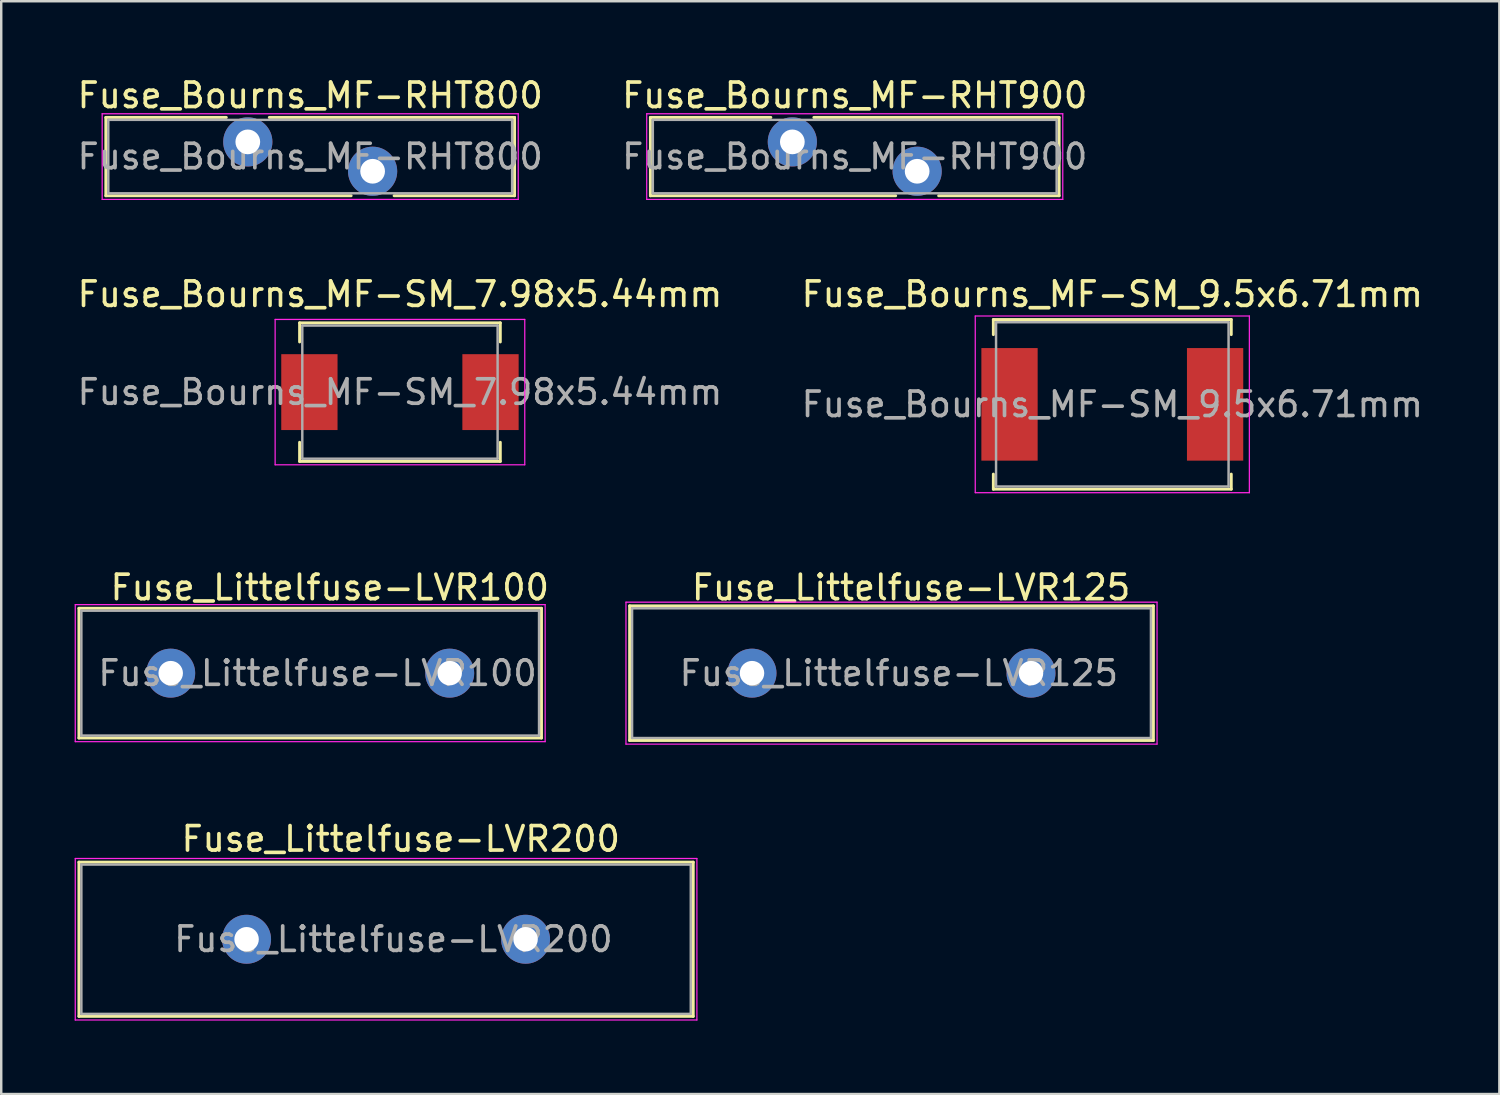
<source format=kicad_pcb>
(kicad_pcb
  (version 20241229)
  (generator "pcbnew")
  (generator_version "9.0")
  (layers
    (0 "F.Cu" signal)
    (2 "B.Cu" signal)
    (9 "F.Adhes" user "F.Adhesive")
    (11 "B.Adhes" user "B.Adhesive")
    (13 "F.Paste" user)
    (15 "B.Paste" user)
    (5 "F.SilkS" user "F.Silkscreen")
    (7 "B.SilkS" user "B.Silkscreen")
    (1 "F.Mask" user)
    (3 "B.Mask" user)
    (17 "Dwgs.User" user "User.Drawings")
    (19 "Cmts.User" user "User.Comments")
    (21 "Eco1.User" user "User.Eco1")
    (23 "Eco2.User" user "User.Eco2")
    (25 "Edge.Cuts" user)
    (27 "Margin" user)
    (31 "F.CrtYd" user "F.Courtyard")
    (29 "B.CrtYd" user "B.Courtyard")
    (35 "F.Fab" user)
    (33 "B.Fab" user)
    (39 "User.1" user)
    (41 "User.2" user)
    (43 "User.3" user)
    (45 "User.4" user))
  (footprint "Fuse_Littelfuse-LVR200"
    (layer "F.Cu")
    (at 7.025 35.328)
    (property "Reference" "Fuse_Littelfuse-LVR200" (at 6.3 -4.1 0) (layer "F.SilkS") (effects (font (size 1 1) (thickness 0.15))))
    (attr through_hole)
    (fp_line (start -6.85 -3.15) (end -6.85 3.15) (stroke (width 0.12) (type solid)) (layer "F.SilkS"))
    (fp_line (start -6.85 -3.15) (end 18.25 -3.15) (stroke (width 0.12) (type solid)) (layer "F.SilkS"))
    (fp_line (start 18.25 3.15) (end -6.85 3.15) (stroke (width 0.12) (type solid)) (layer "F.SilkS"))
    (fp_line (start 18.25 3.15) (end 18.25 -3.15) (stroke (width 0.12) (type solid)) (layer "F.SilkS"))
    (fp_line (start -7 -3.3) (end -7 3.3) (stroke (width 0.05) (type solid)) (layer "F.CrtYd"))
    (fp_line (start -7 -3.3) (end 18.4 -3.3) (stroke (width 0.05) (type solid)) (layer "F.CrtYd"))
    (fp_line (start 18.4 3.3) (end -7 3.3) (stroke (width 0.05) (type solid)) (layer "F.CrtYd"))
    (fp_line (start 18.4 3.3) (end 18.4 -3.3) (stroke (width 0.05) (type solid)) (layer "F.CrtYd"))
    (fp_line (start -6.75 -3.05) (end -6.75 3.05) (stroke (width 0.1) (type solid)) (layer "F.Fab"))
    (fp_line (start -6.75 3.05) (end 18.15 3.05) (stroke (width 0.1) (type solid)) (layer "F.Fab"))
    (fp_line (start 18.15 -3.05) (end -6.75 -3.05) (stroke (width 0.1) (type solid)) (layer "F.Fab"))
    (fp_line (start 18.15 3.05) (end 18.15 -3.05) (stroke (width 0.1) (type solid)) (layer "F.Fab"))
    (fp_text user "${REFERENCE}" (at 6 0 0) (layer "F.Fab") (effects (font (size 1 1) (thickness 0.15))))
    (pad "1" thru_hole circle (at 0 0) (size 2 2) (drill 1) (layers "*.Cu" "*.Mask"))
    (pad "2" thru_hole circle (at 11.4 0) (size 2 2) (drill 1) (layers "*.Cu" "*.Mask")))
  (footprint "Fuse_Littelfuse-LVR100"
    (layer "F.Cu")
    (at 3.925 24.455)
    (property "Reference" "Fuse_Littelfuse-LVR100" (at 6.5 -3.5 0) (layer "F.SilkS") (effects (font (size 1 1) (thickness 0.15))))
    (attr through_hole)
    (fp_line (start -3.75 -2.65) (end -3.75 2.65) (stroke (width 0.12) (type solid)) (layer "F.SilkS"))
    (fp_line (start -3.75 -2.65) (end 15.15 -2.65) (stroke (width 0.12) (type solid)) (layer "F.SilkS"))
    (fp_line (start 15.15 2.65) (end -3.75 2.65) (stroke (width 0.12) (type solid)) (layer "F.SilkS"))
    (fp_line (start 15.15 2.65) (end 15.15 -2.65) (stroke (width 0.12) (type solid)) (layer "F.SilkS"))
    (fp_line (start -3.9 -2.8) (end -3.9 2.8) (stroke (width 0.05) (type solid)) (layer "F.CrtYd"))
    (fp_line (start -3.9 -2.8) (end 15.3 -2.8) (stroke (width 0.05) (type solid)) (layer "F.CrtYd"))
    (fp_line (start 15.3 2.8) (end -3.9 2.8) (stroke (width 0.05) (type solid)) (layer "F.CrtYd"))
    (fp_line (start 15.3 2.8) (end 15.3 -2.8) (stroke (width 0.05) (type solid)) (layer "F.CrtYd"))
    (fp_line (start -3.65 -2.55) (end -3.65 2.55) (stroke (width 0.1) (type solid)) (layer "F.Fab"))
    (fp_line (start -3.65 2.55) (end 15.05 2.55) (stroke (width 0.1) (type solid)) (layer "F.Fab"))
    (fp_line (start 15.05 -2.55) (end -3.65 -2.55) (stroke (width 0.1) (type solid)) (layer "F.Fab"))
    (fp_line (start 15.05 2.55) (end 15.05 -2.55) (stroke (width 0.1) (type solid)) (layer "F.Fab"))
    (fp_text user "${REFERENCE}" (at 6 0 0) (layer "F.Fab") (effects (font (size 1 1) (thickness 0.15))))
    (pad "1" thru_hole circle (at 0 0) (size 2 2) (drill 1) (layers "*.Cu" "*.Mask"))
    (pad "2" thru_hole circle (at 11.4 0) (size 2 2) (drill 1) (layers "*.Cu" "*.Mask")))
  (footprint "Fuse_Bourns_MF-RHT800"
    (layer "F.Cu")
    (at 7.075 2.748)
    (property "Reference" "Fuse_Bourns_MF-RHT800" (at 2.55 -1.9 0) (layer "F.SilkS") (effects (font (size 1 1) (thickness 0.15))))
    (attr through_hole)
    (fp_line (start -5.8 -1) (end -5.8 2.2) (stroke (width 0.12) (type solid)) (layer "F.SilkS"))
    (fp_line (start -5.8 -1) (end -0.879 -1) (stroke (width 0.12) (type solid)) (layer "F.SilkS"))
    (fp_line (start -5.8 2.2) (end 4.222 2.2) (stroke (width 0.12) (type solid)) (layer "F.SilkS"))
    (fp_line (start 0.879 -1) (end 10.9 -1) (stroke (width 0.12) (type solid)) (layer "F.SilkS"))
    (fp_line (start 5.979 2.2) (end 10.9 2.2) (stroke (width 0.12) (type solid)) (layer "F.SilkS"))
    (fp_line (start 10.9 -1) (end 10.9 2.2) (stroke (width 0.12) (type solid)) (layer "F.SilkS"))
    (fp_line (start -5.95 -1.15) (end -5.95 2.35) (stroke (width 0.05) (type solid)) (layer "F.CrtYd"))
    (fp_line (start -5.95 2.35) (end 11.05 2.35) (stroke (width 0.05) (type solid)) (layer "F.CrtYd"))
    (fp_line (start 11.05 -1.15) (end -5.95 -1.15) (stroke (width 0.05) (type solid)) (layer "F.CrtYd"))
    (fp_line (start 11.05 2.35) (end 11.05 -1.15) (stroke (width 0.05) (type solid)) (layer "F.CrtYd"))
    (fp_line (start -5.7 -0.9) (end -5.7 2.1) (stroke (width 0.1) (type solid)) (layer "F.Fab"))
    (fp_line (start -5.7 2.1) (end 10.8 2.1) (stroke (width 0.1) (type solid)) (layer "F.Fab"))
    (fp_line (start 10.8 -0.9) (end -5.7 -0.9) (stroke (width 0.1) (type solid)) (layer "F.Fab"))
    (fp_line (start 10.8 2.1) (end 10.8 -0.9) (stroke (width 0.1) (type solid)) (layer "F.Fab"))
    (fp_text user "${REFERENCE}" (at 2.55 0.6 0) (layer "F.Fab") (effects (font (size 1 1) (thickness 0.15))))
    (pad "1" thru_hole circle (at 0 0) (size 2.01 2.01) (drill 1.01) (layers "*.Cu" "*.Mask"))
    (pad "2" thru_hole circle (at 5.1 1.2) (size 2.01 2.01) (drill 1.01) (layers "*.Cu" "*.Mask")))
  (footprint "Fuse_Littelfuse-LVR125"
    (layer "F.Cu")
    (at 27.677 24.455)
    (property "Reference" "Fuse_Littelfuse-LVR125" (at 6.5 -3.5 0) (layer "F.SilkS") (effects (font (size 1 1) (thickness 0.15))))
    (attr through_hole)
    (fp_line (start -5 -2.75) (end -5 2.75) (stroke (width 0.12) (type solid)) (layer "F.SilkS"))
    (fp_line (start -5 -2.75) (end 16.4 -2.75) (stroke (width 0.12) (type solid)) (layer "F.SilkS"))
    (fp_line (start 16.4 2.75) (end -5 2.75) (stroke (width 0.12) (type solid)) (layer "F.SilkS"))
    (fp_line (start 16.4 2.75) (end 16.4 -2.75) (stroke (width 0.12) (type solid)) (layer "F.SilkS"))
    (fp_line (start -5.15 -2.9) (end -5.15 2.9) (stroke (width 0.05) (type solid)) (layer "F.CrtYd"))
    (fp_line (start -5.15 -2.9) (end 16.55 -2.9) (stroke (width 0.05) (type solid)) (layer "F.CrtYd"))
    (fp_line (start 16.55 2.9) (end -5.15 2.9) (stroke (width 0.05) (type solid)) (layer "F.CrtYd"))
    (fp_line (start 16.55 2.9) (end 16.55 -2.9) (stroke (width 0.05) (type solid)) (layer "F.CrtYd"))
    (fp_line (start -4.9 -2.65) (end -4.9 2.65) (stroke (width 0.1) (type solid)) (layer "F.Fab"))
    (fp_line (start -4.9 2.65) (end 16.3 2.65) (stroke (width 0.1) (type solid)) (layer "F.Fab"))
    (fp_line (start 16.3 -2.65) (end -4.9 -2.65) (stroke (width 0.1) (type solid)) (layer "F.Fab"))
    (fp_line (start 16.3 2.65) (end 16.3 -2.65) (stroke (width 0.1) (type solid)) (layer "F.Fab"))
    (fp_text user "${REFERENCE}" (at 6 0 0) (layer "F.Fab") (effects (font (size 1 1) (thickness 0.15))))
    (pad "1" thru_hole circle (at 0 0) (size 2 2) (drill 1) (layers "*.Cu" "*.Mask"))
    (pad "2" thru_hole circle (at 11.4 0) (size 2 2) (drill 1) (layers "*.Cu" "*.Mask")))
  (footprint "Fuse_Bourns_MF-SM_9.5x6.71mm"
    (layer "F.Cu")
    (at 42.399 13.472)
    (property "Reference" "Fuse_Bourns_MF-SM_9.5x6.71mm" (at 0 -4.5 0) (layer "F.SilkS") (effects (font (size 1 1) (thickness 0.15))))
    (attr smd)
    (fp_line (start -4.86 -3.465) (end 4.86 -3.465) (stroke (width 0.12) (type solid)) (layer "F.SilkS"))
    (fp_line (start -4.86 -2.85) (end -4.86 -3.465) (stroke (width 0.12) (type solid)) (layer "F.SilkS"))
    (fp_line (start -4.86 2.85) (end -4.86 3.465) (stroke (width 0.12) (type solid)) (layer "F.SilkS"))
    (fp_line (start -4.86 3.465) (end 4.86 3.465) (stroke (width 0.12) (type solid)) (layer "F.SilkS"))
    (fp_line (start 4.86 -2.85) (end 4.86 -3.465) (stroke (width 0.12) (type solid)) (layer "F.SilkS"))
    (fp_line (start 4.86 2.85) (end 4.86 3.465) (stroke (width 0.12) (type solid)) (layer "F.SilkS"))
    (fp_line (start -5.6 -3.61) (end 5.6 -3.61) (stroke (width 0.05) (type solid)) (layer "F.CrtYd"))
    (fp_line (start -5.6 3.61) (end -5.6 -3.61) (stroke (width 0.05) (type solid)) (layer "F.CrtYd"))
    (fp_line (start 5.6 -3.61) (end 5.6 3.61) (stroke (width 0.05) (type solid)) (layer "F.CrtYd"))
    (fp_line (start 5.6 3.61) (end -5.6 3.61) (stroke (width 0.05) (type solid)) (layer "F.CrtYd"))
    (fp_line (start -4.75 -3.355) (end 4.75 -3.355) (stroke (width 0.1) (type solid)) (layer "F.Fab"))
    (fp_line (start -4.75 3.355) (end -4.75 -3.355) (stroke (width 0.1) (type solid)) (layer "F.Fab"))
    (fp_line (start 4.75 -3.355) (end 4.75 3.355) (stroke (width 0.1) (type solid)) (layer "F.Fab"))
    (fp_line (start 4.75 3.355) (end -4.75 3.355) (stroke (width 0.1) (type solid)) (layer "F.Fab"))
    (fp_text user "${REFERENCE}" (at 0 0 0) (layer "F.Fab") (effects (font (size 1 1) (thickness 0.15))))
    (pad "1" smd rect (at -4.2 0) (size 2.3 4.6) (layers "F.Cu" "F.Mask" "F.Paste"))
    (pad "2" smd rect (at 4.2 0) (size 2.3 4.6) (layers "F.Cu" "F.Mask" "F.Paste")))
  (footprint "Fuse_Bourns_MF-RHT900"
    (layer "F.Cu")
    (at 29.325 2.748)
    (property "Reference" "Fuse_Bourns_MF-RHT900" (at 2.55 -1.9 0) (layer "F.SilkS") (effects (font (size 1 1) (thickness 0.15))))
    (attr through_hole)
    (fp_line (start -5.8 -1) (end -5.8 2.2) (stroke (width 0.12) (type solid)) (layer "F.SilkS"))
    (fp_line (start -5.8 -1) (end -0.879 -1) (stroke (width 0.12) (type solid)) (layer "F.SilkS"))
    (fp_line (start -5.8 2.2) (end 4.222 2.2) (stroke (width 0.12) (type solid)) (layer "F.SilkS"))
    (fp_line (start 0.879 -1) (end 10.9 -1) (stroke (width 0.12) (type solid)) (layer "F.SilkS"))
    (fp_line (start 5.979 2.2) (end 10.9 2.2) (stroke (width 0.12) (type solid)) (layer "F.SilkS"))
    (fp_line (start 10.9 -1) (end 10.9 2.2) (stroke (width 0.12) (type solid)) (layer "F.SilkS"))
    (fp_line (start -5.95 -1.15) (end -5.95 2.35) (stroke (width 0.05) (type solid)) (layer "F.CrtYd"))
    (fp_line (start -5.95 2.35) (end 11.05 2.35) (stroke (width 0.05) (type solid)) (layer "F.CrtYd"))
    (fp_line (start 11.05 -1.15) (end -5.95 -1.15) (stroke (width 0.05) (type solid)) (layer "F.CrtYd"))
    (fp_line (start 11.05 2.35) (end 11.05 -1.15) (stroke (width 0.05) (type solid)) (layer "F.CrtYd"))
    (fp_line (start -5.7 -0.9) (end -5.7 2.1) (stroke (width 0.1) (type solid)) (layer "F.Fab"))
    (fp_line (start -5.7 2.1) (end 10.8 2.1) (stroke (width 0.1) (type solid)) (layer "F.Fab"))
    (fp_line (start 10.8 -0.9) (end -5.7 -0.9) (stroke (width 0.1) (type solid)) (layer "F.Fab"))
    (fp_line (start 10.8 2.1) (end 10.8 -0.9) (stroke (width 0.1) (type solid)) (layer "F.Fab"))
    (fp_text user "${REFERENCE}" (at 2.55 0.6 0) (layer "F.Fab") (effects (font (size 1 1) (thickness 0.15))))
    (pad "1" thru_hole circle (at 0 0) (size 2.01 2.01) (drill 1.01) (layers "*.Cu" "*.Mask"))
    (pad "2" thru_hole circle (at 5.1 1.2) (size 2.01 2.01) (drill 1.01) (layers "*.Cu" "*.Mask")))
  (footprint "Fuse_Bourns_MF-SM_7.98x5.44mm"
    (layer "F.Cu")
    (at 13.292 12.972)
    (property "Reference" "Fuse_Bourns_MF-SM_7.98x5.44mm" (at 0 -4 0) (layer "F.SilkS") (effects (font (size 1 1) (thickness 0.15))))
    (attr smd)
    (fp_line (start -4.1 -2.83) (end -4.1 -2.05) (stroke (width 0.12) (type solid)) (layer "F.SilkS"))
    (fp_line (start -4.1 -2.83) (end 4.1 -2.83) (stroke (width 0.12) (type solid)) (layer "F.SilkS"))
    (fp_line (start -4.1 2.83) (end -4.1 2.05) (stroke (width 0.12) (type solid)) (layer "F.SilkS"))
    (fp_line (start -4.1 2.83) (end 4.1 2.83) (stroke (width 0.12) (type solid)) (layer "F.SilkS"))
    (fp_line (start 4.1 -2.83) (end 4.1 -2.05) (stroke (width 0.12) (type solid)) (layer "F.SilkS"))
    (fp_line (start 4.1 2.83) (end 4.1 2.05) (stroke (width 0.12) (type solid)) (layer "F.SilkS"))
    (fp_line (start -5.1 -2.97) (end 5.1 -2.97) (stroke (width 0.05) (type solid)) (layer "F.CrtYd"))
    (fp_line (start -5.1 2.97) (end -5.1 -2.97) (stroke (width 0.05) (type solid)) (layer "F.CrtYd"))
    (fp_line (start 5.1 -2.97) (end 5.1 2.97) (stroke (width 0.05) (type solid)) (layer "F.CrtYd"))
    (fp_line (start 5.1 2.97) (end -5.1 2.97) (stroke (width 0.05) (type solid)) (layer "F.CrtYd"))
    (fp_line (start -3.99 -2.72) (end 3.99 -2.72) (stroke (width 0.1) (type solid)) (layer "F.Fab"))
    (fp_line (start -3.99 2.72) (end -3.99 -2.72) (stroke (width 0.1) (type solid)) (layer "F.Fab"))
    (fp_line (start 3.99 -2.72) (end 3.99 2.72) (stroke (width 0.1) (type solid)) (layer "F.Fab"))
    (fp_line (start 3.99 2.72) (end -3.99 2.72) (stroke (width 0.1) (type solid)) (layer "F.Fab"))
    (fp_text user "${REFERENCE}" (at 0 0 0) (layer "F.Fab") (effects (font (size 1 1) (thickness 0.15))))
    (pad "1" smd rect (at -3.7 0) (size 2.3 3.1) (layers "F.Cu" "F.Mask" "F.Paste"))
    (pad "2" smd rect (at 3.7 0) (size 2.3 3.1) (layers "F.Cu" "F.Mask" "F.Paste")))
  (gr_rect
    (start -3 -3)
    (end 58.214 41.653)
    (stroke (width 0.1) (type default))
    (fill no)
    (layer "Edge.Cuts")))
</source>
